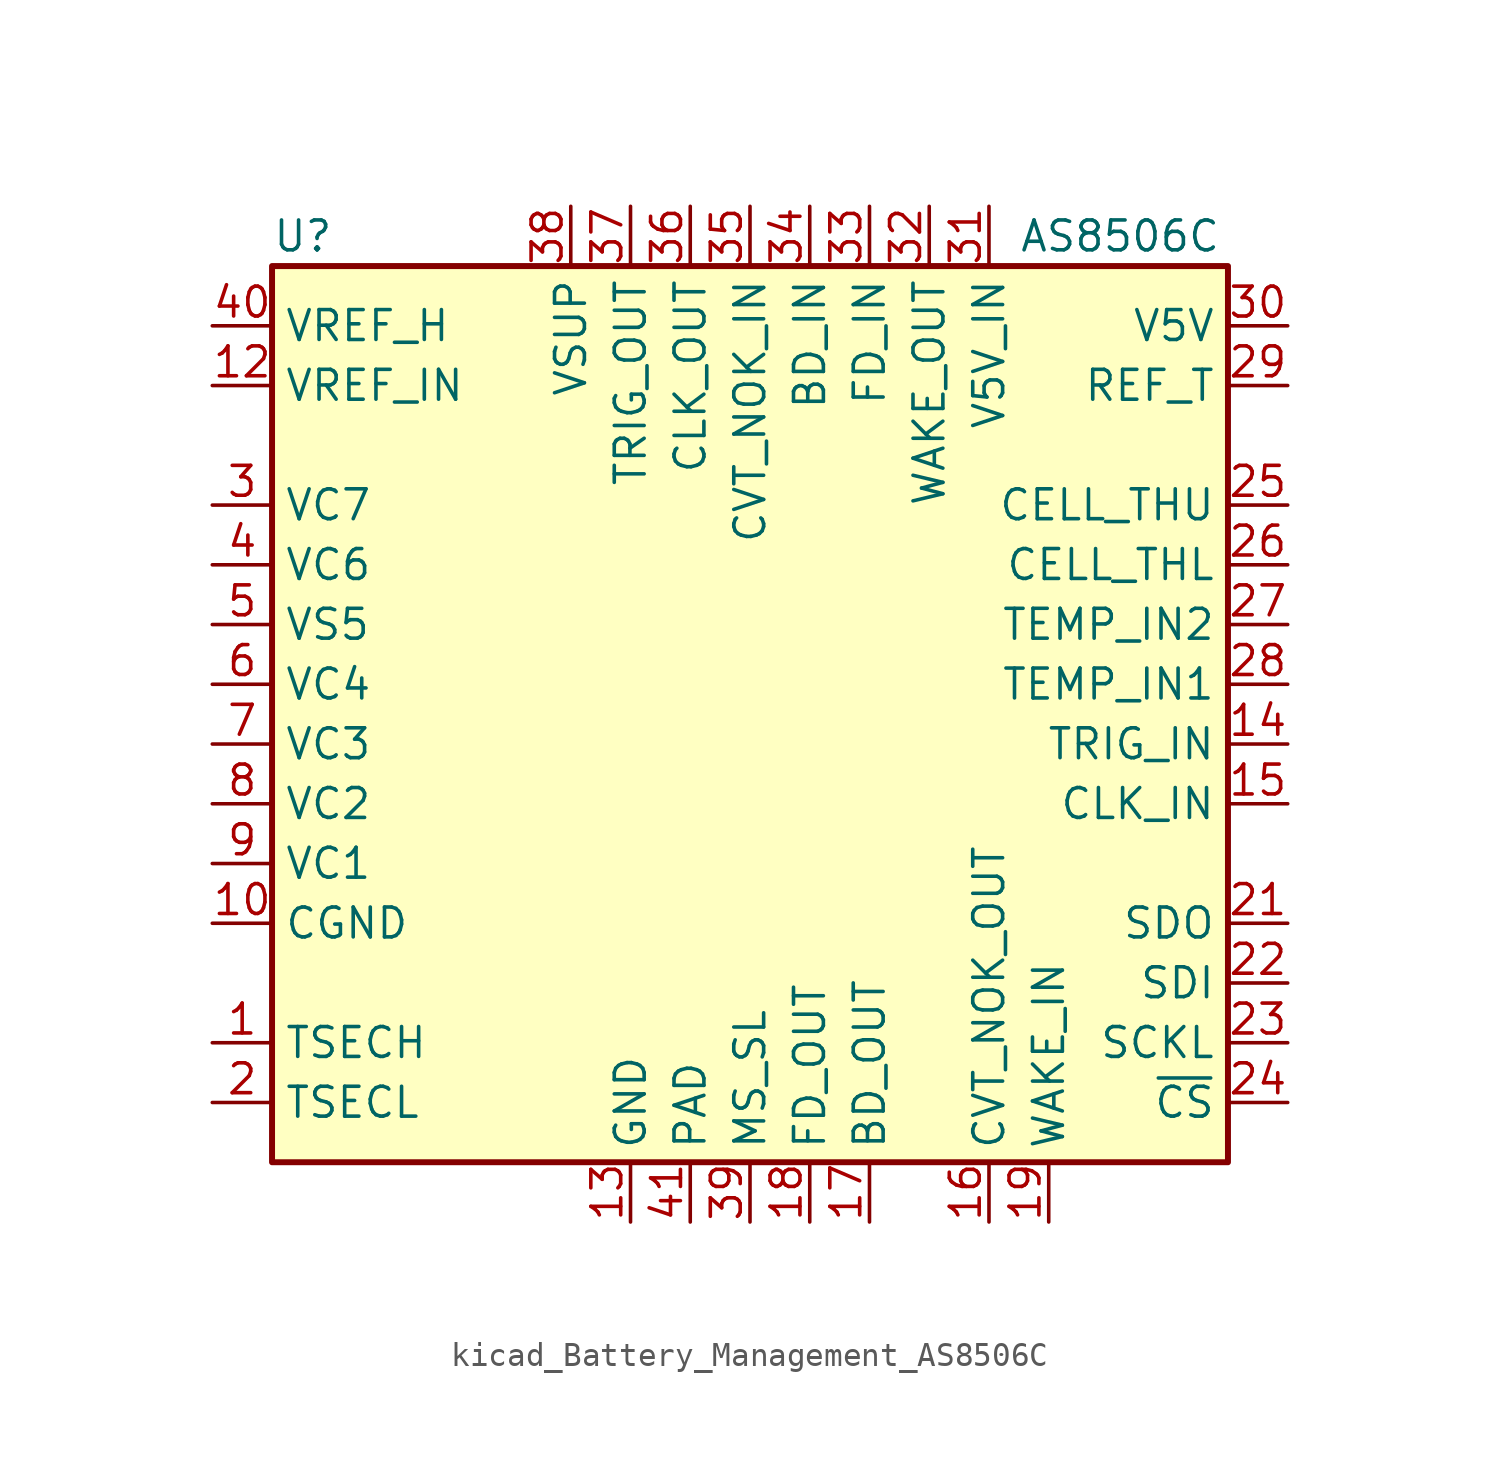
<source format=kicad_sym>
(kicad_symbol_lib
  (version 20220914)
  (generator kicad_symbol_editor)
  (symbol "kicad_Battery_Management_AS8506C"
    (property "Reference" "U"
      (at -20.32 21.59 0)
      (effects (font (size 1.27 1.27)) (justify left)))
    (property "Value" "AS8506C"
      (at 11.43 21.59 0)
      (effects (font (size 1.27 1.27)) (justify left)))
    (symbol "kicad_Battery_Management_AS8506C_0_1"
      (rectangle (start 20.32 -17.78) (end -20.32 20.32) (stroke (width 0.254) (type default)) (fill (type background))))
    (symbol "kicad_Battery_Management_AS8506C_1_1"
      (pin input line (at -22.86 -12.7 0) (length 2.54) (name "TSECH" (effects (font (size 1.27 1.27)))) (number "1" (effects (font (size 1.27 1.27)))))
      (pin input line (at -22.86 -7.62 0) (length 2.54) (name "CGND" (effects (font (size 1.27 1.27)))) (number "10" (effects (font (size 1.27 1.27)))))
      (pin no_connect line (at -10.16 -17.78 90) (length 2.54) hide (name "NC" (effects (font (size 1.27 1.27)))) (number "11" (effects (font (size 1.27 1.27)))))
      (pin input line (at -22.86 15.24 0) (length 2.54) (name "VREF_IN" (effects (font (size 1.27 1.27)))) (number "12" (effects (font (size 1.27 1.27)))))
      (pin power_in line (at -5.08 -20.32 90) (length 2.54) (name "GND" (effects (font (size 1.27 1.27)))) (number "13" (effects (font (size 1.27 1.27)))))
      (pin input line (at 22.86 0 180) (length 2.54) (name "TRIG_IN" (effects (font (size 1.27 1.27)))) (number "14" (effects (font (size 1.27 1.27)))))
      (pin input line (at 22.86 -2.54 180) (length 2.54) (name "CLK_IN" (effects (font (size 1.27 1.27)))) (number "15" (effects (font (size 1.27 1.27)))))
      (pin input line (at 10.16 -20.32 90) (length 2.54) (name "CVT_NOK_OUT" (effects (font (size 1.27 1.27)))) (number "16" (effects (font (size 1.27 1.27)))))
      (pin input line (at 5.08 -20.32 90) (length 2.54) (name "BD_OUT" (effects (font (size 1.27 1.27)))) (number "17" (effects (font (size 1.27 1.27)))))
      (pin input line (at 2.54 -20.32 90) (length 2.54) (name "FD_OUT" (effects (font (size 1.27 1.27)))) (number "18" (effects (font (size 1.27 1.27)))))
      (pin input line (at 12.7 -20.32 90) (length 2.54) (name "WAKE_IN" (effects (font (size 1.27 1.27)))) (number "19" (effects (font (size 1.27 1.27)))))
      (pin input line (at -22.86 -15.24 0) (length 2.54) (name "TSECL" (effects (font (size 1.27 1.27)))) (number "2" (effects (font (size 1.27 1.27)))))
      (pin no_connect line (at -7.62 -17.78 90) (length 2.54) hide (name "NC_T" (effects (font (size 1.27 1.27)))) (number "20" (effects (font (size 1.27 1.27)))))
      (pin output line (at 22.86 -7.62 180) (length 2.54) (name "SDO" (effects (font (size 1.27 1.27)))) (number "21" (effects (font (size 1.27 1.27)))))
      (pin input line (at 22.86 -10.16 180) (length 2.54) (name "SDI" (effects (font (size 1.27 1.27)))) (number "22" (effects (font (size 1.27 1.27)))))
      (pin input line (at 22.86 -12.7 180) (length 2.54) (name "SCKL" (effects (font (size 1.27 1.27)))) (number "23" (effects (font (size 1.27 1.27)))))
      (pin input line (at 22.86 -15.24 180) (length 2.54) (name "~{CS}" (effects (font (size 1.27 1.27)))) (number "24" (effects (font (size 1.27 1.27)))))
      (pin input line (at 22.86 10.16 180) (length 2.54) (name "CELL_THU" (effects (font (size 1.27 1.27)))) (number "25" (effects (font (size 1.27 1.27)))))
      (pin input line (at 22.86 7.62 180) (length 2.54) (name "CELL_THL" (effects (font (size 1.27 1.27)))) (number "26" (effects (font (size 1.27 1.27)))))
      (pin input line (at 22.86 5.08 180) (length 2.54) (name "TEMP_IN2" (effects (font (size 1.27 1.27)))) (number "27" (effects (font (size 1.27 1.27)))))
      (pin input line (at 22.86 2.54 180) (length 2.54) (name "TEMP_IN1" (effects (font (size 1.27 1.27)))) (number "28" (effects (font (size 1.27 1.27)))))
      (pin input line (at 22.86 15.24 180) (length 2.54) (name "REF_T" (effects (font (size 1.27 1.27)))) (number "29" (effects (font (size 1.27 1.27)))))
      (pin input line (at -22.86 10.16 0) (length 2.54) (name "VC7" (effects (font (size 1.27 1.27)))) (number "3" (effects (font (size 1.27 1.27)))))
      (pin input line (at 22.86 17.78 180) (length 2.54) (name "V5V" (effects (font (size 1.27 1.27)))) (number "30" (effects (font (size 1.27 1.27)))))
      (pin input line (at 10.16 22.86 270) (length 2.54) (name "V5V_IN" (effects (font (size 1.27 1.27)))) (number "31" (effects (font (size 1.27 1.27)))))
      (pin input line (at 7.62 22.86 270) (length 2.54) (name "WAKE_OUT" (effects (font (size 1.27 1.27)))) (number "32" (effects (font (size 1.27 1.27)))))
      (pin input line (at 5.08 22.86 270) (length 2.54) (name "FD_IN" (effects (font (size 1.27 1.27)))) (number "33" (effects (font (size 1.27 1.27)))))
      (pin input line (at 2.54 22.86 270) (length 2.54) (name "BD_IN" (effects (font (size 1.27 1.27)))) (number "34" (effects (font (size 1.27 1.27)))))
      (pin input line (at 0 22.86 270) (length 2.54) (name "CVT_NOK_IN" (effects (font (size 1.27 1.27)))) (number "35" (effects (font (size 1.27 1.27)))))
      (pin input line (at -2.54 22.86 270) (length 2.54) (name "CLK_OUT" (effects (font (size 1.27 1.27)))) (number "36" (effects (font (size 1.27 1.27)))))
      (pin input line (at -5.08 22.86 270) (length 2.54) (name "TRIG_OUT" (effects (font (size 1.27 1.27)))) (number "37" (effects (font (size 1.27 1.27)))))
      (pin power_in line (at -7.62 22.86 270) (length 2.54) (name "VSUP" (effects (font (size 1.27 1.27)))) (number "38" (effects (font (size 1.27 1.27)))))
      (pin input line (at 0 -20.32 90) (length 2.54) (name "MS_SL" (effects (font (size 1.27 1.27)))) (number "39" (effects (font (size 1.27 1.27)))))
      (pin input line (at -22.86 7.62 0) (length 2.54) (name "VC6" (effects (font (size 1.27 1.27)))) (number "4" (effects (font (size 1.27 1.27)))))
      (pin input line (at -22.86 17.78 0) (length 2.54) (name "VREF_H" (effects (font (size 1.27 1.27)))) (number "40" (effects (font (size 1.27 1.27)))))
      (pin power_in line (at -2.54 -20.32 90) (length 2.54) (name "PAD" (effects (font (size 1.27 1.27)))) (number "41" (effects (font (size 1.27 1.27)))))
      (pin input line (at -22.86 5.08 0) (length 2.54) (name "VS5" (effects (font (size 1.27 1.27)))) (number "5" (effects (font (size 1.27 1.27)))))
      (pin input line (at -22.86 2.54 0) (length 2.54) (name "VC4" (effects (font (size 1.27 1.27)))) (number "6" (effects (font (size 1.27 1.27)))))
      (pin input line (at -22.86 0 0) (length 2.54) (name "VC3" (effects (font (size 1.27 1.27)))) (number "7" (effects (font (size 1.27 1.27)))))
      (pin input line (at -22.86 -2.54 0) (length 2.54) (name "VC2" (effects (font (size 1.27 1.27)))) (number "8" (effects (font (size 1.27 1.27)))))
      (pin input line (at -22.86 -5.08 0) (length 2.54) (name "VC1" (effects (font (size 1.27 1.27)))) (number "9" (effects (font (size 1.27 1.27))))))))
</source>
